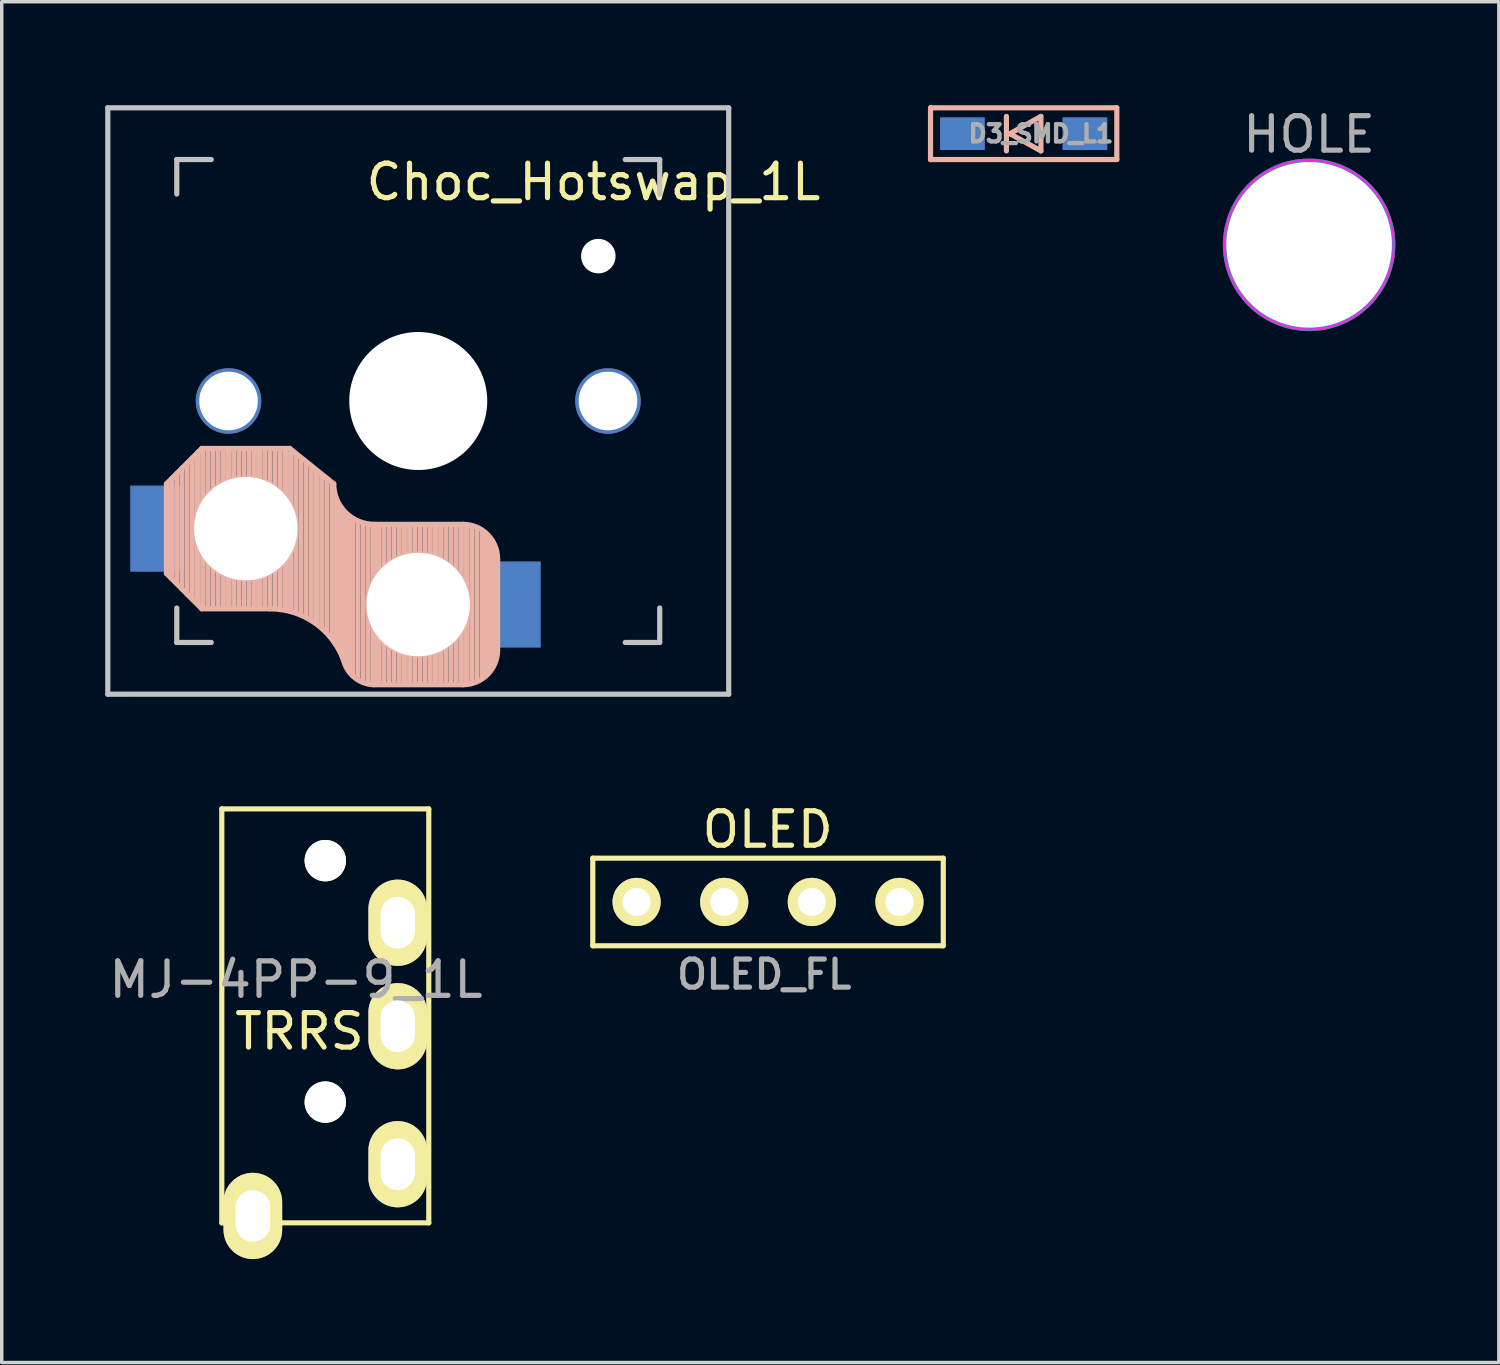
<source format=kicad_pcb>
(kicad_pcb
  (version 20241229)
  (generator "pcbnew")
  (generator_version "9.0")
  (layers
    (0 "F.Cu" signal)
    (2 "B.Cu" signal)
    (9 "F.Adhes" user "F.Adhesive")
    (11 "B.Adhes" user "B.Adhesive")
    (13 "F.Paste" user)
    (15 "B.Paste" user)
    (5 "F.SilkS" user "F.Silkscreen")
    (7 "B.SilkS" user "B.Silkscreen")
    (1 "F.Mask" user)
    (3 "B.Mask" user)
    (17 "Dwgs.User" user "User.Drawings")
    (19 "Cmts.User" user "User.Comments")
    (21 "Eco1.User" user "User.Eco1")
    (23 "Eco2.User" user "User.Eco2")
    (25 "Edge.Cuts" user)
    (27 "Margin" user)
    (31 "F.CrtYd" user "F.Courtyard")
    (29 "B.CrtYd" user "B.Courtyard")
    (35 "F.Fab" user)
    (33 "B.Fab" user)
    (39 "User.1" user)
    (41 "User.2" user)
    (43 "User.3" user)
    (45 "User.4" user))
  (footprint "Choc_Hotswap_1L"
    (layer "F.Cu")
    (at 9.075 8.575)
    (property "Reference" "Choc_Hotswap_1L" (at 5.08 -6.35 180) (layer "F.SilkS") (effects (font (size 1 1) (thickness 0.15))))
    (attr through_hole)
    (fp_line (start -7.3 2.4) (end -7.3 5) (stroke (width 0.15) (type solid)) (layer "B.SilkS"))
    (fp_line (start -7.3 2.4) (end -6.275 1.375) (stroke (width 0.15) (type solid)) (layer "B.SilkS"))
    (fp_line (start -7.3 5) (end -6.275 6.025) (stroke (width 0.15) (type solid)) (layer "B.SilkS"))
    (fp_line (start -7.15 5.15) (end -7.15 2.25) (stroke (width 0.15) (type solid)) (layer "B.SilkS"))
    (fp_line (start -7 5.25) (end -7 2.1) (stroke (width 0.15) (type solid)) (layer "B.SilkS"))
    (fp_line (start -6.85 5.45) (end -6.85 1.95) (stroke (width 0.15) (type solid)) (layer "B.SilkS"))
    (fp_line (start -6.7 5.6) (end -6.7 1.8) (stroke (width 0.15) (type solid)) (layer "B.SilkS"))
    (fp_line (start -6.55 5.75) (end -6.55 1.65) (stroke (width 0.15) (type solid)) (layer "B.SilkS"))
    (fp_line (start -6.4 5.85) (end -6.4 1.5) (stroke (width 0.15) (type solid)) (layer "B.SilkS"))
    (fp_line (start -6.25 6) (end -6.25 1.4) (stroke (width 0.15) (type solid)) (layer "B.SilkS"))
    (fp_line (start -6.1 6) (end -6.1 1.4) (stroke (width 0.15) (type solid)) (layer "B.SilkS"))
    (fp_line (start -5.95 6) (end -5.95 1.4) (stroke (width 0.15) (type solid)) (layer "B.SilkS"))
    (fp_line (start -5.8 6) (end -5.8 1.4) (stroke (width 0.15) (type solid)) (layer "B.SilkS"))
    (fp_line (start -5.65 6) (end -5.65 1.4) (stroke (width 0.15) (type solid)) (layer "B.SilkS"))
    (fp_line (start -5.5 6) (end -5.5 1.4) (stroke (width 0.15) (type solid)) (layer "B.SilkS"))
    (fp_line (start -5.35 6) (end -5.35 1.4) (stroke (width 0.15) (type solid)) (layer "B.SilkS"))
    (fp_line (start -5.2 6) (end -5.2 1.4) (stroke (width 0.15) (type solid)) (layer "B.SilkS"))
    (fp_line (start -5.05 6) (end -5.05 1.4) (stroke (width 0.15) (type solid)) (layer "B.SilkS"))
    (fp_line (start -4.9 6) (end -4.9 1.4) (stroke (width 0.15) (type solid)) (layer "B.SilkS"))
    (fp_line (start -4.75 6) (end -4.75 1.4) (stroke (width 0.15) (type solid)) (layer "B.SilkS"))
    (fp_line (start -4.6 6) (end -4.6 1.4) (stroke (width 0.15) (type solid)) (layer "B.SilkS"))
    (fp_line (start -4.45 6) (end -4.45 1.4) (stroke (width 0.15) (type solid)) (layer "B.SilkS"))
    (fp_line (start -4.3 6) (end -4.3 1.4) (stroke (width 0.15) (type solid)) (layer "B.SilkS"))
    (fp_line (start -4.3 6.025) (end -6.275 6.025) (stroke (width 0.15) (type solid)) (layer "B.SilkS"))
    (fp_line (start -4.15 6) (end -4.15 1.45) (stroke (width 0.15) (type solid)) (layer "B.SilkS"))
    (fp_line (start -4 6.05) (end -4 1.4) (stroke (width 0.15) (type solid)) (layer "B.SilkS"))
    (fp_line (start -3.85 6.05) (end -3.85 1.4) (stroke (width 0.15) (type solid)) (layer "B.SilkS"))
    (fp_line (start -3.725 1.375) (end -6.275 1.375) (stroke (width 0.15) (type solid)) (layer "B.SilkS"))
    (fp_line (start -3.725 1.375) (end -2.45 2.4) (stroke (width 0.15) (type solid)) (layer "B.SilkS"))
    (fp_line (start -3.7 6.05) (end -3.7 1.45) (stroke (width 0.15) (type solid)) (layer "B.SilkS"))
    (fp_line (start -3.55 6.1) (end -3.55 1.55) (stroke (width 0.15) (type solid)) (layer "B.SilkS"))
    (fp_line (start -3.4 6.2) (end -3.4 1.65) (stroke (width 0.15) (type solid)) (layer "B.SilkS"))
    (fp_line (start -3.25 6.25) (end -3.25 1.8) (stroke (width 0.15) (type solid)) (layer "B.SilkS"))
    (fp_line (start -3.1 6.35) (end -3.1 1.9) (stroke (width 0.15) (type solid)) (layer "B.SilkS"))
    (fp_line (start -2.95 6.45) (end -2.95 2.05) (stroke (width 0.15) (type solid)) (layer "B.SilkS"))
    (fp_line (start -2.8 6.55) (end -2.8 2.15) (stroke (width 0.15) (type solid)) (layer "B.SilkS"))
    (fp_line (start -2.65 6.7) (end -2.65 2.25) (stroke (width 0.15) (type solid)) (layer "B.SilkS"))
    (fp_line (start -2.5 6.85) (end -2.5 2.4) (stroke (width 0.15) (type solid)) (layer "B.SilkS"))
    (fp_line (start -2.4 7.05) (end -2.4 2.9) (stroke (width 0.15) (type solid)) (layer "B.SilkS"))
    (fp_line (start -2.3 7.2) (end -2.3 3.05) (stroke (width 0.15) (type solid)) (layer "B.SilkS"))
    (fp_line (start -2.2 7.4) (end -2.2 3.25) (stroke (width 0.15) (type solid)) (layer "B.SilkS"))
    (fp_line (start -2.1 7.55) (end -2.1 3.35) (stroke (width 0.15) (type solid)) (layer "B.SilkS"))
    (fp_line (start -2 7.8) (end -2 3.4) (stroke (width 0.15) (type solid)) (layer "B.SilkS"))
    (fp_line (start -1.9 7.95) (end -1.9 3.45) (stroke (width 0.15) (type solid)) (layer "B.SilkS"))
    (fp_line (start -1.75 8.05) (end -1.75 3.5) (stroke (width 0.15) (type solid)) (layer "B.SilkS"))
    (fp_line (start -1.6 8.15) (end -1.6 3.6) (stroke (width 0.15) (type solid)) (layer "B.SilkS"))
    (fp_line (start -1.45 8.2) (end -1.45 3.6) (stroke (width 0.15) (type solid)) (layer "B.SilkS"))
    (fp_line (start -1.3 8.2) (end -1.3 3.6) (stroke (width 0.15) (type solid)) (layer "B.SilkS"))
    (fp_line (start -1.15 8.2) (end -1.15 3.65) (stroke (width 0.15) (type solid)) (layer "B.SilkS"))
    (fp_line (start -1 8.2) (end -1 3.6) (stroke (width 0.15) (type solid)) (layer "B.SilkS"))
    (fp_line (start -0.85 8.2) (end -0.85 3.6) (stroke (width 0.15) (type solid)) (layer "B.SilkS"))
    (fp_line (start -0.7 8.2) (end -0.7 3.6) (stroke (width 0.15) (type solid)) (layer "B.SilkS"))
    (fp_line (start -0.55 8.2) (end -0.55 3.6) (stroke (width 0.15) (type solid)) (layer "B.SilkS"))
    (fp_line (start -0.4 8.2) (end -0.4 3.6) (stroke (width 0.15) (type solid)) (layer "B.SilkS"))
    (fp_line (start -0.25 8.2) (end -0.25 3.6) (stroke (width 0.15) (type solid)) (layer "B.SilkS"))
    (fp_line (start -0.1 8.2) (end -0.1 3.6) (stroke (width 0.15) (type solid)) (layer "B.SilkS"))
    (fp_line (start 0.05 8.2) (end 0.05 3.6) (stroke (width 0.15) (type solid)) (layer "B.SilkS"))
    (fp_line (start 0.2 8.2) (end 0.2 3.6) (stroke (width 0.15) (type solid)) (layer "B.SilkS"))
    (fp_line (start 0.35 8.2) (end 0.35 3.6) (stroke (width 0.15) (type solid)) (layer "B.SilkS"))
    (fp_line (start 0.5 8.2) (end 0.5 3.6) (stroke (width 0.15) (type solid)) (layer "B.SilkS"))
    (fp_line (start 0.65 8.2) (end 0.65 3.6) (stroke (width 0.15) (type solid)) (layer "B.SilkS"))
    (fp_line (start 0.8 8.2) (end 0.8 3.6) (stroke (width 0.15) (type solid)) (layer "B.SilkS"))
    (fp_line (start 0.95 8.2) (end 0.95 3.6) (stroke (width 0.15) (type solid)) (layer "B.SilkS"))
    (fp_line (start 1.1 8.2) (end 1.1 3.6) (stroke (width 0.15) (type solid)) (layer "B.SilkS"))
    (fp_line (start 1.25 8.2) (end 1.25 3.6) (stroke (width 0.15) (type solid)) (layer "B.SilkS"))
    (fp_line (start 1.3 3.575) (end -1.275 3.575) (stroke (width 0.15) (type solid)) (layer "B.SilkS"))
    (fp_line (start 1.3 8.225) (end -1.3 8.225) (stroke (width 0.15) (type solid)) (layer "B.SilkS"))
    (fp_line (start 1.4 8.2) (end 1.4 3.65) (stroke (width 0.15) (type solid)) (layer "B.SilkS"))
    (fp_line (start 1.55 8.15) (end 1.55 3.65) (stroke (width 0.15) (type solid)) (layer "B.SilkS"))
    (fp_line (start 1.7 8.1) (end 1.7 3.7) (stroke (width 0.15) (type solid)) (layer "B.SilkS"))
    (fp_line (start 1.85 8) (end 1.85 3.8) (stroke (width 0.15) (type solid)) (layer "B.SilkS"))
    (fp_line (start 1.95 7.9) (end 1.95 3.95) (stroke (width 0.15) (type solid)) (layer "B.SilkS"))
    (fp_line (start 2.05 7.8) (end 2.05 4.05) (stroke (width 0.15) (type solid)) (layer "B.SilkS"))
    (fp_line (start 2.15 7.65) (end 2.15 4.1) (stroke (width 0.15) (type solid)) (layer "B.SilkS"))
    (fp_line (start 2.3 4.575) (end 2.3 7.225) (stroke (width 0.15) (type solid)) (layer "B.SilkS"))
    (fp_arc (start -4.3 6.025) (mid -2.995114 6.436429) (end -2.162199 7.521904) (stroke (width 0.15) (type solid)) (layer "B.SilkS"))
    (fp_arc (start -1.300995 8.223791) (mid -1.848284 8.016021) (end -2.162199 7.521904) (stroke (width 0.15) (type solid)) (layer "B.SilkS"))
    (fp_arc (start -1.275 3.575) (mid -2.10585 3.23085) (end -2.45 2.4) (stroke (width 0.15) (type solid)) (layer "B.SilkS"))
    (fp_arc (start 1.3 3.575) (mid 2.007107 3.867893) (end 2.3 4.575) (stroke (width 0.15) (type solid)) (layer "B.SilkS"))
    (fp_arc (start 2.3 7.225) (mid 2.007107 7.932107) (end 1.3 8.225) (stroke (width 0.15) (type solid)) (layer "B.SilkS"))
    (fp_line (start -9 -8.5) (end 9 -8.5) (stroke (width 0.15) (type solid)) (layer "Dwgs.User"))
    (fp_line (start -9 8.5) (end -9 -8.5) (stroke (width 0.15) (type solid)) (layer "Dwgs.User"))
    (fp_line (start -7 -7) (end -6 -7) (stroke (width 0.15) (type solid)) (layer "Dwgs.User"))
    (fp_line (start -7 -6) (end -7 -7) (stroke (width 0.15) (type solid)) (layer "Dwgs.User"))
    (fp_line (start -7 7) (end -7 6) (stroke (width 0.15) (type solid)) (layer "Dwgs.User"))
    (fp_line (start -6 7) (end -7 7) (stroke (width 0.15) (type solid)) (layer "Dwgs.User"))
    (fp_line (start 6 7) (end 7 7) (stroke (width 0.15) (type solid)) (layer "Dwgs.User"))
    (fp_line (start 7 -7) (end 6 -7) (stroke (width 0.15) (type solid)) (layer "Dwgs.User"))
    (fp_line (start 7 -6) (end 7 -7) (stroke (width 0.15) (type solid)) (layer "Dwgs.User"))
    (fp_line (start 7 7) (end 7 6) (stroke (width 0.15) (type solid)) (layer "Dwgs.User"))
    (fp_line (start 9 -8.5) (end 9 8.5) (stroke (width 0.15) (type solid)) (layer "Dwgs.User"))
    (fp_line (start 9 8.5) (end -9 8.5) (stroke (width 0.15) (type solid)) (layer "Dwgs.User"))
    (pad "" np_thru_hole circle (at -5.5 0 90) (size 1.9 1.9) (drill 1.7) (layers "*.Cu" "*.Mask"))
    (pad "" np_thru_hole circle (at -5 3.7 90) (size 3.1 3.1) (drill 3) (layers "*.Cu" "*.Mask"))
    (pad "" np_thru_hole circle (at 0 0 90) (size 4 4) (drill 4) (layers "*.Cu" "*.Mask"))
    (pad "" np_thru_hole circle (at 0 5.9 90) (size 3.1 3.1) (drill 3) (layers "*.Cu" "*.Mask"))
    (pad "" np_thru_hole circle (at 5.22 -4.2) (size 1 1) (drill 1) (layers "*.Cu" "*.Mask"))
    (pad "" np_thru_hole circle (at 5.5 0 90) (size 1.9 1.9) (drill 1.7) (layers "*.Cu" "*.Mask"))
    (pad "1" smd rect (at -7.6 3.7 180) (size 1.5 2.5) (layers "B.Cu" "B.Mask" "B.Paste"))
    (pad "2" smd rect (at 2.8 5.9 180) (size 1.5 2.5) (layers "B.Cu" "B.Mask" "B.Paste")))
  (footprint "D3_SMD_L1"
    (layer "F.Cu")
    (at 26.626 0.825)
    (property "Reference" "D3_SMD_L1" (at 0.5 0 0) (layer "F.Fab") (effects (font (size 0.5 0.5) (thickness 0.125))))
    (attr through_hole)
    (fp_line (start -2.7 -0.75) (end -2.7 0.75) (stroke (width 0.15) (type solid)) (layer "B.SilkS"))
    (fp_line (start -2.7 0.75) (end 2.7 0.75) (stroke (width 0.15) (type solid)) (layer "B.SilkS"))
    (fp_line (start -0.5 -0.5) (end -0.5 0.5) (stroke (width 0.15) (type solid)) (layer "B.SilkS"))
    (fp_line (start -0.4 0) (end 0.5 -0.5) (stroke (width 0.15) (type solid)) (layer "B.SilkS"))
    (fp_line (start 0.5 -0.5) (end 0.5 0.5) (stroke (width 0.15) (type solid)) (layer "B.SilkS"))
    (fp_line (start 0.5 0.5) (end -0.4 0) (stroke (width 0.15) (type solid)) (layer "B.SilkS"))
    (fp_line (start 2.7 -0.75) (end -2.7 -0.75) (stroke (width 0.15) (type solid)) (layer "B.SilkS"))
    (fp_line (start 2.7 0.75) (end 2.7 -0.75) (stroke (width 0.15) (type solid)) (layer "B.SilkS"))
    (pad "1" smd rect (at -1.775 0) (size 1.3 0.95) (layers "B.Cu" "B.Mask" "B.Paste"))
    (pad "2" smd rect (at 1.775 0) (size 1.3 0.95) (layers "B.Cu" "B.Mask" "B.Paste")))
  (footprint "HOLE"
    (layer "F.Cu")
    (at 34.901 4.048)
    (property "Reference" "HOLE" (at 0 -3.2 0) (layer "F.Fab") (effects (font (size 1 1) (thickness 0.15))))
    (attr exclude_from_pos_files exclude_from_bom)
    (fp_circle (center 0 0) (end 2.2 0) (stroke (width 0.15) (type solid)) (fill no) (layer "Cmts.User"))
    (fp_circle (center 0 0) (end 2.45 0) (stroke (width 0.05) (type solid)) (fill no) (layer "F.CrtYd"))
    (fp_text user "${REFERENCE}" (at 0.3 0 0) (layer "F.Fab") (effects (font (size 1 1) (thickness 0.15))))
    (pad "" np_thru_hole circle (at 0 0) (size 5 5) (drill 4.8) (layers "*.Cu" "*.Mask")))
  (footprint "MJ-4PP-9_1L"
    (layer "F.Cu")
    (at 6.38 20.4)
    (property "Reference" "MJ-4PP-9_1L" (at -0.85 4.95 0) (layer "F.Fab") (effects (font (size 1 1) (thickness 0.15))))
    (attr through_hole)
    (fp_line (start -3 0) (end 3 0) (stroke (width 0.15) (type solid)) (layer "F.SilkS"))
    (fp_line (start -3 12) (end -3 0) (stroke (width 0.15) (type solid)) (layer "F.SilkS"))
    (fp_line (start 3 0) (end 3 12) (stroke (width 0.15) (type solid)) (layer "F.SilkS"))
    (fp_line (start 3 12) (end -3 12) (stroke (width 0.15) (type solid)) (layer "F.SilkS"))
    (fp_text user "TRRS" (at -0.75 6.45 0) (layer "F.SilkS") (effects (font (size 1 1) (thickness 0.15))))
    (pad "" np_thru_hole circle (at 0 1.5) (size 1.2 1.2) (drill 1.2) (layers "*.Cu" "*.Mask" "F.SilkS"))
    (pad "" np_thru_hole circle (at 0 8.5) (size 1.2 1.2) (drill 1.2) (layers "*.Cu" "*.Mask" "F.SilkS"))
    (pad "A" thru_hole oval (at -2.1 11.8) (size 1.7 2.5) (drill oval 1 1.5) (layers "*.Cu" "*.Mask" "F.SilkS"))
    (pad "B" thru_hole oval (at 2.1 3.3) (size 1.7 2.5) (drill oval 1 1.5) (layers "*.Cu" "*.Mask" "F.SilkS"))
    (pad "C" thru_hole oval (at 2.1 6.3) (size 1.7 2.5) (drill oval 1 1.5) (layers "*.Cu" "*.Mask" "F.SilkS"))
    (pad "D" thru_hole oval (at 2.1 10.3) (size 1.7 2.5) (drill oval 1 1.5) (layers "*.Cu" "*.Mask" "F.SilkS")))
  (footprint "OLED_FL"
    (layer "F.Cu")
    (at 15.405 23.098)
    (property "Reference" "OLED_FL" (at 3.7 2.1 180) (layer "F.Fab") (effects (font (size 0.813 0.813) (thickness 0.15))))
    (attr through_hole)
    (fp_line (start -1.27 -1.27) (end 8.89 -1.27) (stroke (width 0.15) (type solid)) (layer "F.SilkS"))
    (fp_line (start -1.27 1.27) (end -1.27 -1.27) (stroke (width 0.15) (type solid)) (layer "F.SilkS"))
    (fp_line (start -1.27 1.27) (end 8.89 1.27) (stroke (width 0.15) (type solid)) (layer "F.SilkS"))
    (fp_line (start 8.89 -1.27) (end 8.89 1.27) (stroke (width 0.15) (type solid)) (layer "F.SilkS"))
    (fp_text user "OLED" (at 3.8 -2.1 0) (layer "F.SilkS") (effects (font (size 1 1) (thickness 0.15))))
    (pad "1" thru_hole circle (at 0 0) (size 1.397 1.397) (drill 0.813) (layers "*.Cu" "*.Mask" "F.SilkS"))
    (pad "2" thru_hole circle (at 2.54 0) (size 1.397 1.397) (drill 0.813) (layers "*.Cu" "*.Mask" "F.SilkS"))
    (pad "3" thru_hole circle (at 5.08 0) (size 1.397 1.397) (drill 0.813) (layers "*.Cu" "*.Mask" "F.SilkS"))
    (pad "4" thru_hole circle (at 7.62 0) (size 1.397 1.397) (drill 0.813) (layers "*.Cu" "*.Mask" "F.SilkS")))
  (gr_rect
    (start -3 -3)
    (end 40.401 36.45)
    (stroke (width 0.1) (type default))
    (fill no)
    (layer "Edge.Cuts")))
</source>
